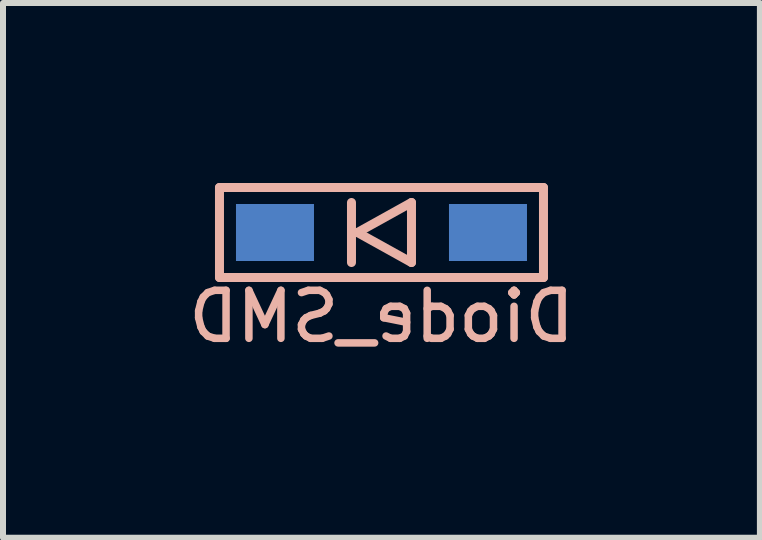
<source format=kicad_pcb>
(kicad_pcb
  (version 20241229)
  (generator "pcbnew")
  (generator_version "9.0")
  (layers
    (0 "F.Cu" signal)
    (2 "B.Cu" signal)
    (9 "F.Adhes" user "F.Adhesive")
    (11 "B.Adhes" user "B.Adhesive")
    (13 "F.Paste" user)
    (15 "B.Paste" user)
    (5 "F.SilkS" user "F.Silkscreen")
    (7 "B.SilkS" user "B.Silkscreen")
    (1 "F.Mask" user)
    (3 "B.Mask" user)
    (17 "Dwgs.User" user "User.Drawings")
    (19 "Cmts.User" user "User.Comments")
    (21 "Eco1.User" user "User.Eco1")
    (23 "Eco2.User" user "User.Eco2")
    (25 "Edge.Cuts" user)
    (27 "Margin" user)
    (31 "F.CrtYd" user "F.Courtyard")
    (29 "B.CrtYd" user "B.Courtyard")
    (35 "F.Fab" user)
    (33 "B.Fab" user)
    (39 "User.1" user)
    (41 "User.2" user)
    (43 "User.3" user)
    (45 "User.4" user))
  (footprint "Diode_SMD"
    (layer "F.Cu")
    (at 3.308 0.825)
    (property "Reference" "Diode_SMD" (at 0 1.4 0) (layer "B.SilkS") (effects (font (size 0.8 0.8) (thickness 0.125)) (justify mirror)))
    (attr smd)
    (fp_line (start -2.7 -0.75) (end -2.7 0.75) (stroke (width 0.15) (type solid)) (layer "B.SilkS"))
    (fp_line (start -2.7 0.75) (end 2.7 0.75) (stroke (width 0.15) (type solid)) (layer "B.SilkS"))
    (fp_line (start -0.5 -0.5) (end -0.5 0.5) (stroke (width 0.15) (type solid)) (layer "B.SilkS"))
    (fp_line (start -0.4 0) (end 0.5 -0.5) (stroke (width 0.15) (type solid)) (layer "B.SilkS"))
    (fp_line (start 0.5 -0.5) (end 0.5 0.5) (stroke (width 0.15) (type solid)) (layer "B.SilkS"))
    (fp_line (start 0.5 0.5) (end -0.4 0) (stroke (width 0.15) (type solid)) (layer "B.SilkS"))
    (fp_line (start 2.7 -0.75) (end -2.7 -0.75) (stroke (width 0.15) (type solid)) (layer "B.SilkS"))
    (fp_line (start 2.7 0.75) (end 2.7 -0.75) (stroke (width 0.15) (type solid)) (layer "B.SilkS"))
    (pad "1" smd rect (at -1.775 0) (size 1.3 0.95) (layers "B.Cu" "B.Mask" "B.Paste"))
    (pad "2" smd rect (at 1.775 0) (size 1.3 0.95) (layers "B.Cu" "B.Mask" "B.Paste")))
  (gr_rect
    (start -3 -3)
    (end 9.615 5.912)
    (stroke (width 0.1) (type default))
    (fill no)
    (layer "Edge.Cuts")))
</source>
